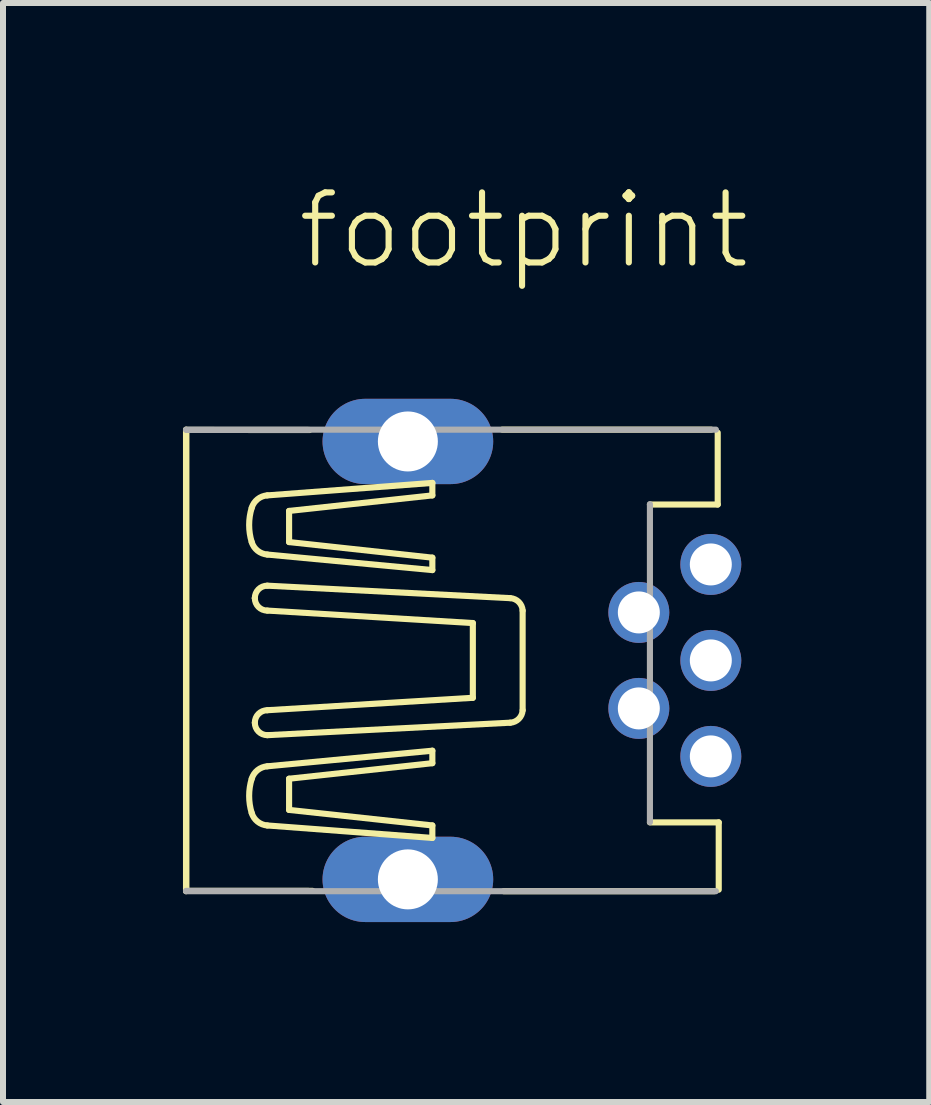
<source format=kicad_pcb>
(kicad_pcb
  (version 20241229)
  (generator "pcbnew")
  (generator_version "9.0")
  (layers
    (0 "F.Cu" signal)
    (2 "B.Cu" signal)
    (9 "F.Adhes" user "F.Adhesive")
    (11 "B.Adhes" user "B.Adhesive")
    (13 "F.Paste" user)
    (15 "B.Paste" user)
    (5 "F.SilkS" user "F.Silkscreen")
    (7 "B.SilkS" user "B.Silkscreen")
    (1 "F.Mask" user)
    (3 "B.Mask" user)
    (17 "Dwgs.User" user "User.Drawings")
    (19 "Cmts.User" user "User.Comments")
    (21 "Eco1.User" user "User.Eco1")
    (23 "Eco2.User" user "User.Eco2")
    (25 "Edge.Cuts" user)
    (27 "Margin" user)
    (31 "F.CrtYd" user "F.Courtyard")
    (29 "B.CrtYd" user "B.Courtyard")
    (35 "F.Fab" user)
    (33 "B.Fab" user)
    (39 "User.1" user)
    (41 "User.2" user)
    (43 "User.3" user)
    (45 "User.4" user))
  (footprint "footprint"
    (layer "F.Cu")
    (at 5.974 7.959)
    (property "Reference" "footprint" (at -4.115 -6.486 0) (layer "F.SilkS") (effects (font (size 1.168 1.168) (thickness 0.102)) (justify left bottom)))
    (fp_line (start -5.923 3.847) (end -5.923 -3.847) (stroke (width 0.102) (type solid)) (layer "F.SilkS"))
    (fp_line (start -5.918 -3.842) (end -3.865 -3.841) (stroke (width 0.102) (type solid)) (layer "F.SilkS"))
    (fp_line (start -5.918 3.841) (end -5.918 -3.842) (stroke (width 0.102) (type solid)) (layer "F.SilkS"))
    (fp_line (start -5.918 3.841) (end -3.815 3.841) (stroke (width 0.102) (type solid)) (layer "F.SilkS"))
    (fp_line (start -5.918 3.841) (end -5.918 3.841) (stroke (width 0.102) (type solid)) (layer "F.SilkS"))
    (fp_line (start -4.776 -1.038) (end -4.776 -1.038) (stroke (width 0.102) (type solid)) (layer "F.SilkS"))
    (fp_line (start -4.569 -1.765) (end -1.817 -1.506) (stroke (width 0.102) (type solid)) (layer "F.SilkS"))
    (fp_line (start -4.569 -0.831) (end -1.142 -0.623) (stroke (width 0.102) (type solid)) (layer "F.SilkS"))
    (fp_line (start -4.569 0.83) (end -1.142 0.623) (stroke (width 0.102) (type solid)) (layer "F.SilkS"))
    (fp_line (start -4.569 1.765) (end -1.817 1.505) (stroke (width 0.102) (type solid)) (layer "F.SilkS"))
    (fp_line (start -4.568 -1.246) (end -0.519 -1.038) (stroke (width 0.102) (type solid)) (layer "F.SilkS"))
    (fp_line (start -4.568 1.246) (end -0.519 1.038) (stroke (width 0.102) (type solid)) (layer "F.SilkS"))
    (fp_line (start -4.205 -2.492) (end -1.817 -2.751) (stroke (width 0.102) (type solid)) (layer "F.SilkS"))
    (fp_line (start -4.205 -1.973) (end -4.205 -2.492) (stroke (width 0.102) (type solid)) (layer "F.SilkS"))
    (fp_line (start -4.205 1.972) (end -4.205 2.492) (stroke (width 0.102) (type solid)) (layer "F.SilkS"))
    (fp_line (start -4.205 2.492) (end -1.817 2.751) (stroke (width 0.102) (type solid)) (layer "F.SilkS"))
    (fp_line (start -1.817 -2.959) (end -4.569 -2.751) (stroke (width 0.102) (type solid)) (layer "F.SilkS"))
    (fp_line (start -1.817 -2.751) (end -1.817 -2.959) (stroke (width 0.102) (type solid)) (layer "F.SilkS"))
    (fp_line (start -1.817 -1.713) (end -4.205 -1.973) (stroke (width 0.102) (type solid)) (layer "F.SilkS"))
    (fp_line (start -1.817 -1.506) (end -1.817 -1.713) (stroke (width 0.102) (type solid)) (layer "F.SilkS"))
    (fp_line (start -1.817 1.505) (end -1.817 1.713) (stroke (width 0.102) (type solid)) (layer "F.SilkS"))
    (fp_line (start -1.817 1.713) (end -4.205 1.972) (stroke (width 0.102) (type solid)) (layer "F.SilkS"))
    (fp_line (start -1.817 2.751) (end -1.817 2.959) (stroke (width 0.102) (type solid)) (layer "F.SilkS"))
    (fp_line (start -1.817 2.959) (end -4.569 2.751) (stroke (width 0.102) (type solid)) (layer "F.SilkS"))
    (fp_line (start -1.142 0.623) (end -1.142 -0.623) (stroke (width 0.102) (type solid)) (layer "F.SilkS"))
    (fp_line (start -0.652 -3.847) (end 2.833 -3.847) (stroke (width 0.102) (type solid)) (layer "F.SilkS"))
    (fp_line (start -0.312 0.83) (end -0.312 -0.831) (stroke (width 0.102) (type solid)) (layer "F.SilkS"))
    (fp_line (start 2.884 3.847) (end -0.628 3.847) (stroke (width 0.102) (type solid)) (layer "F.SilkS"))
    (fp_line (start 2.94 -3.797) (end 2.94 -2.599) (stroke (width 0.102) (type solid)) (layer "F.SilkS"))
    (fp_line (start 2.94 -2.599) (end 1.81 -2.599) (stroke (width 0.102) (type solid)) (layer "F.SilkS"))
    (fp_line (start 2.957 2.7) (end 1.81 2.7) (stroke (width 0.102) (type solid)) (layer "F.SilkS"))
    (fp_line (start 2.957 3.822) (end 2.957 2.7) (stroke (width 0.102) (type solid)) (layer "F.SilkS"))
    (fp_arc (start -4.828 -2.5438) (mid -4.730297 -2.687659) (end -4.5685 -2.7514) (stroke (width 0.1016) (type solid)) (layer "F.SilkS"))
    (fp_arc (start -4.828 -1.9727) (mid -4.870802 -2.25825) (end -4.828 -2.5438) (stroke (width 0.1016) (type solid)) (layer "F.SilkS"))
    (fp_arc (start -4.828 1.9725) (mid -4.730298 1.828641) (end -4.568501 1.764899) (stroke (width 0.1016) (type solid)) (layer "F.SilkS"))
    (fp_arc (start -4.828 2.5436) (mid -4.870802 2.25805) (end -4.828 1.9725) (stroke (width 0.1016) (type solid)) (layer "F.SilkS"))
    (fp_arc (start -4.7761 -1.0383) (mid -4.715295 -1.185095) (end -4.5685 -1.2459) (stroke (width 0.1016) (type solid)) (layer "F.SilkS"))
    (fp_arc (start -4.7761 1.038) (mid -4.715295 0.891205) (end -4.5685 0.8304) (stroke (width 0.1016) (type solid)) (layer "F.SilkS"))
    (fp_arc (start -4.568501 -1.765099) (mid -4.730298 -1.828841) (end -4.828 -1.9727) (stroke (width 0.1016) (type solid)) (layer "F.SilkS"))
    (fp_arc (start -4.5685 -0.8306) (mid -4.715295 -0.891405) (end -4.7761 -1.0382) (stroke (width 0.1016) (type solid)) (layer "F.SilkS"))
    (fp_arc (start -4.5685 1.2457) (mid -4.715295 1.184895) (end -4.7761 1.0381) (stroke (width 0.1016) (type solid)) (layer "F.SilkS"))
    (fp_arc (start -4.5685 2.7512) (mid -4.730297 2.687459) (end -4.828 2.5436) (stroke (width 0.1016) (type solid)) (layer "F.SilkS"))
    (fp_arc (start -0.5192 -1.0383) (mid -0.375653 -0.974177) (end -0.311598 -0.8306) (stroke (width 0.1016) (type solid)) (layer "F.SilkS"))
    (fp_arc (start -0.311599 0.830399) (mid -0.375679 0.973951) (end -0.5192 1.0381) (stroke (width 0.1016) (type solid)) (layer "F.SilkS"))
    (fp_line (start -5.923 -3.847) (end 2.91 -3.847) (stroke (width 0.102) (type solid)) (layer "F.Fab"))
    (fp_line (start -5.918 -3.842) (end -3.888 -3.842) (stroke (width 0.102) (type solid)) (layer "F.Fab"))
    (fp_line (start -5.918 3.841) (end -3.888 3.841) (stroke (width 0.102) (type solid)) (layer "F.Fab"))
    (fp_line (start 1.81 -2.605) (end 1.81 2.697) (stroke (width 0.102) (type solid)) (layer "F.Fab"))
    (fp_line (start 2.91 3.847) (end -5.923 3.847) (stroke (width 0.102) (type solid)) (layer "F.Fab"))
    (pad "1" thru_hole circle (at 2.825 -1.6) (size 1.016 1.016) (drill 0.7) (layers "*.Cu" "*.Mask"))
    (pad "2" thru_hole circle (at 1.625 -0.8) (size 1.016 1.016) (drill 0.7) (layers "*.Cu" "*.Mask"))
    (pad "3" thru_hole circle (at 2.825 0) (size 1.016 1.016) (drill 0.7) (layers "*.Cu" "*.Mask"))
    (pad "4" thru_hole circle (at 1.625 0.8) (size 1.016 1.016) (drill 0.7) (layers "*.Cu" "*.Mask"))
    (pad "5" thru_hole circle (at 2.825 1.6) (size 1.016 1.016) (drill 0.7) (layers "*.Cu" "*.Mask"))
    (pad "M1" thru_hole oval (at -2.225 -3.65) (size 2.845 1.422) (drill 1) (layers "*.Cu" "*.Mask"))
    (pad "M2" thru_hole oval (at -2.225 3.65) (size 2.845 1.422) (drill 1) (layers "*.Cu" "*.Mask")))
  (gr_rect
    (start -3 -3)
    (end 12.44 15.32)
    (stroke (width 0.1) (type default))
    (fill no)
    (layer "Edge.Cuts")))
</source>
